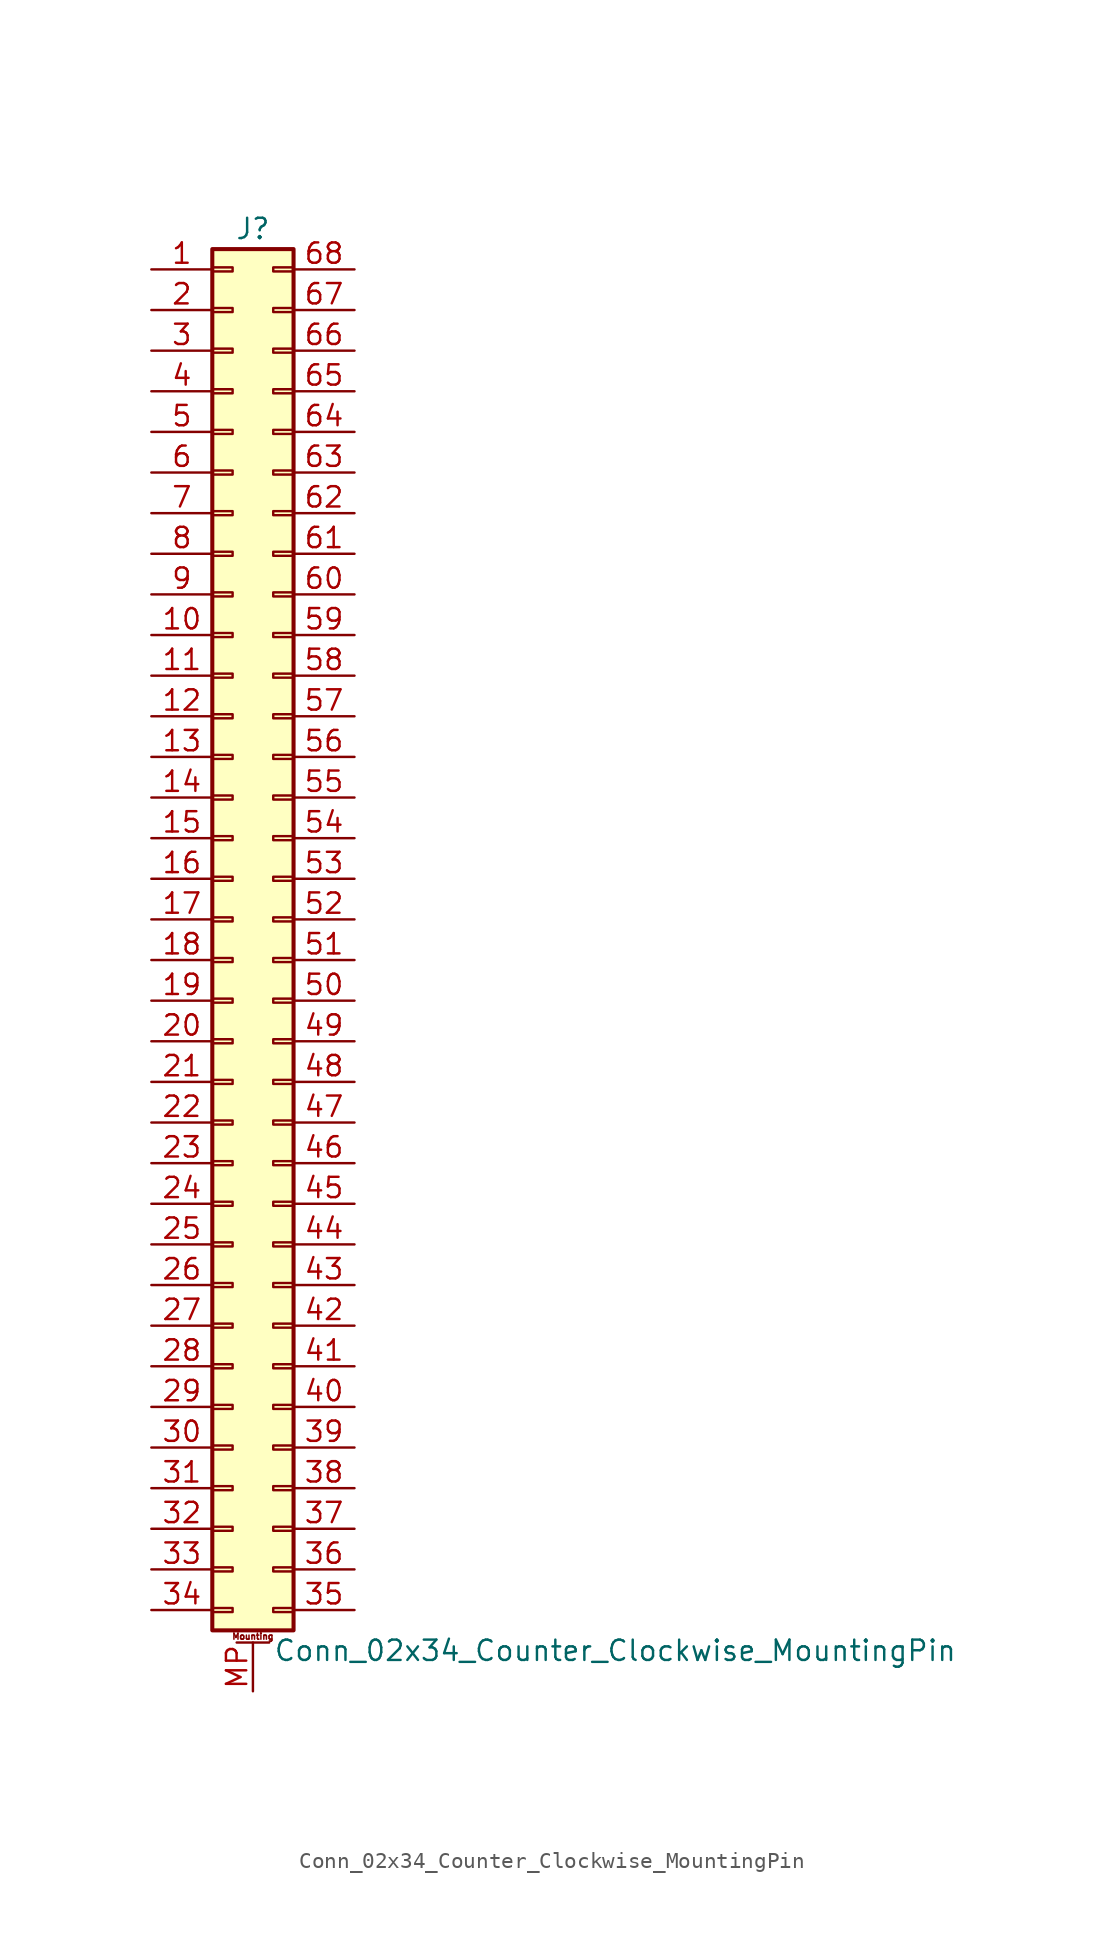
<source format=kicad_sym>
(kicad_symbol_lib
  (version 20201005)
  (generator kicad_symbol_editor)
  (symbol "Conn_02x34_Counter_Clockwise_MountingPin"
    (pin_names
      (offset 1.016) hide)
    (property "Reference" "J"
      (at 1.27 43.18 0)
      (effects (font (size 1.27 1.27))))
    (property "Value" "Conn_02x34_Counter_Clockwise_MountingPin"
      (at 2.54 -45.72 0)
      (effects (font (size 1.27 1.27)) (justify left)))
    (symbol "Conn_02x34_Counter_Clockwise_MountingPin_1_1"
      (text "Mounting" (at 1.27 -44.831 0) (effects (font (size 0.381 0.381))))
      (rectangle (start -1.27 -43.053) (end 0 -43.307) (stroke (width 0.152)) (fill (type none)))
      (rectangle (start -1.27 -40.513) (end 0 -40.767) (stroke (width 0.152)) (fill (type none)))
      (rectangle (start -1.27 -37.973) (end 0 -38.227) (stroke (width 0.152)) (fill (type none)))
      (rectangle (start -1.27 -35.433) (end 0 -35.687) (stroke (width 0.152)) (fill (type none)))
      (rectangle (start -1.27 -32.893) (end 0 -33.147) (stroke (width 0.152)) (fill (type none)))
      (rectangle (start -1.27 -30.353) (end 0 -30.607) (stroke (width 0.152)) (fill (type none)))
      (rectangle (start -1.27 -27.813) (end 0 -28.067) (stroke (width 0.152)) (fill (type none)))
      (rectangle (start -1.27 -25.273) (end 0 -25.527) (stroke (width 0.152)) (fill (type none)))
      (rectangle (start -1.27 -22.733) (end 0 -22.987) (stroke (width 0.152)) (fill (type none)))
      (rectangle (start -1.27 -20.193) (end 0 -20.447) (stroke (width 0.152)) (fill (type none)))
      (rectangle (start -1.27 -17.653) (end 0 -17.907) (stroke (width 0.152)) (fill (type none)))
      (rectangle (start -1.27 -15.113) (end 0 -15.367) (stroke (width 0.152)) (fill (type none)))
      (rectangle (start -1.27 -12.573) (end 0 -12.827) (stroke (width 0.152)) (fill (type none)))
      (rectangle (start -1.27 -10.033) (end 0 -10.287) (stroke (width 0.152)) (fill (type none)))
      (rectangle (start -1.27 -7.493) (end 0 -7.747) (stroke (width 0.152)) (fill (type none)))
      (rectangle (start -1.27 -4.953) (end 0 -5.207) (stroke (width 0.152)) (fill (type none)))
      (rectangle (start -1.27 -2.413) (end 0 -2.667) (stroke (width 0.152)) (fill (type none)))
      (rectangle (start -1.27 0.127) (end 0 -0.127) (stroke (width 0.152)) (fill (type none)))
      (rectangle (start -1.27 2.667) (end 0 2.413) (stroke (width 0.152)) (fill (type none)))
      (rectangle (start -1.27 5.207) (end 0 4.953) (stroke (width 0.152)) (fill (type none)))
      (rectangle (start -1.27 7.747) (end 0 7.493) (stroke (width 0.152)) (fill (type none)))
      (rectangle (start -1.27 10.287) (end 0 10.033) (stroke (width 0.152)) (fill (type none)))
      (rectangle (start -1.27 12.827) (end 0 12.573) (stroke (width 0.152)) (fill (type none)))
      (rectangle (start -1.27 15.367) (end 0 15.113) (stroke (width 0.152)) (fill (type none)))
      (rectangle (start -1.27 17.907) (end 0 17.653) (stroke (width 0.152)) (fill (type none)))
      (rectangle (start -1.27 20.447) (end 0 20.193) (stroke (width 0.152)) (fill (type none)))
      (rectangle (start -1.27 22.987) (end 0 22.733) (stroke (width 0.152)) (fill (type none)))
      (rectangle (start -1.27 25.527) (end 0 25.273) (stroke (width 0.152)) (fill (type none)))
      (rectangle (start -1.27 28.067) (end 0 27.813) (stroke (width 0.152)) (fill (type none)))
      (rectangle (start -1.27 30.607) (end 0 30.353) (stroke (width 0.152)) (fill (type none)))
      (rectangle (start -1.27 33.147) (end 0 32.893) (stroke (width 0.152)) (fill (type none)))
      (rectangle (start -1.27 35.687) (end 0 35.433) (stroke (width 0.152)) (fill (type none)))
      (rectangle (start -1.27 38.227) (end 0 37.973) (stroke (width 0.152)) (fill (type none)))
      (rectangle (start -1.27 40.767) (end 0 40.513) (stroke (width 0.152)) (fill (type none)))
      (rectangle (start -1.27 41.91) (end 3.81 -44.45) (stroke (width 0.254)) (fill (type background)))
      (rectangle (start 3.81 -43.053) (end 2.54 -43.307) (stroke (width 0.152)) (fill (type none)))
      (rectangle (start 3.81 -40.513) (end 2.54 -40.767) (stroke (width 0.152)) (fill (type none)))
      (rectangle (start 3.81 -37.973) (end 2.54 -38.227) (stroke (width 0.152)) (fill (type none)))
      (rectangle (start 3.81 -35.433) (end 2.54 -35.687) (stroke (width 0.152)) (fill (type none)))
      (rectangle (start 3.81 -32.893) (end 2.54 -33.147) (stroke (width 0.152)) (fill (type none)))
      (rectangle (start 3.81 -30.353) (end 2.54 -30.607) (stroke (width 0.152)) (fill (type none)))
      (rectangle (start 3.81 -27.813) (end 2.54 -28.067) (stroke (width 0.152)) (fill (type none)))
      (rectangle (start 3.81 -25.273) (end 2.54 -25.527) (stroke (width 0.152)) (fill (type none)))
      (rectangle (start 3.81 -22.733) (end 2.54 -22.987) (stroke (width 0.152)) (fill (type none)))
      (rectangle (start 3.81 -20.193) (end 2.54 -20.447) (stroke (width 0.152)) (fill (type none)))
      (rectangle (start 3.81 -17.653) (end 2.54 -17.907) (stroke (width 0.152)) (fill (type none)))
      (rectangle (start 3.81 -15.113) (end 2.54 -15.367) (stroke (width 0.152)) (fill (type none)))
      (rectangle (start 3.81 -12.573) (end 2.54 -12.827) (stroke (width 0.152)) (fill (type none)))
      (rectangle (start 3.81 -10.033) (end 2.54 -10.287) (stroke (width 0.152)) (fill (type none)))
      (rectangle (start 3.81 -7.493) (end 2.54 -7.747) (stroke (width 0.152)) (fill (type none)))
      (rectangle (start 3.81 -4.953) (end 2.54 -5.207) (stroke (width 0.152)) (fill (type none)))
      (rectangle (start 3.81 -2.413) (end 2.54 -2.667) (stroke (width 0.152)) (fill (type none)))
      (rectangle (start 3.81 0.127) (end 2.54 -0.127) (stroke (width 0.152)) (fill (type none)))
      (rectangle (start 3.81 2.667) (end 2.54 2.413) (stroke (width 0.152)) (fill (type none)))
      (rectangle (start 3.81 5.207) (end 2.54 4.953) (stroke (width 0.152)) (fill (type none)))
      (rectangle (start 3.81 7.747) (end 2.54 7.493) (stroke (width 0.152)) (fill (type none)))
      (rectangle (start 3.81 10.287) (end 2.54 10.033) (stroke (width 0.152)) (fill (type none)))
      (rectangle (start 3.81 12.827) (end 2.54 12.573) (stroke (width 0.152)) (fill (type none)))
      (rectangle (start 3.81 15.367) (end 2.54 15.113) (stroke (width 0.152)) (fill (type none)))
      (rectangle (start 3.81 17.907) (end 2.54 17.653) (stroke (width 0.152)) (fill (type none)))
      (rectangle (start 3.81 20.447) (end 2.54 20.193) (stroke (width 0.152)) (fill (type none)))
      (rectangle (start 3.81 22.987) (end 2.54 22.733) (stroke (width 0.152)) (fill (type none)))
      (rectangle (start 3.81 25.527) (end 2.54 25.273) (stroke (width 0.152)) (fill (type none)))
      (rectangle (start 3.81 28.067) (end 2.54 27.813) (stroke (width 0.152)) (fill (type none)))
      (rectangle (start 3.81 30.607) (end 2.54 30.353) (stroke (width 0.152)) (fill (type none)))
      (rectangle (start 3.81 33.147) (end 2.54 32.893) (stroke (width 0.152)) (fill (type none)))
      (rectangle (start 3.81 35.687) (end 2.54 35.433) (stroke (width 0.152)) (fill (type none)))
      (rectangle (start 3.81 38.227) (end 2.54 37.973) (stroke (width 0.152)) (fill (type none)))
      (rectangle (start 3.81 40.767) (end 2.54 40.513) (stroke (width 0.152)) (fill (type none)))
      (polyline (pts (xy 0.254 -45.212) (xy 2.286 -45.212)) (stroke (width 0.152)) (fill (type none)))
      (pin passive line (at -5.08 40.64 0) (length 3.81) (name "Pin_1" (effects (font (size 1.27 1.27)))) (number "1" (effects (font (size 1.27 1.27)))))
      (pin passive line (at -5.08 17.78 0) (length 3.81) (name "Pin_10" (effects (font (size 1.27 1.27)))) (number "10" (effects (font (size 1.27 1.27)))))
      (pin passive line (at -5.08 15.24 0) (length 3.81) (name "Pin_11" (effects (font (size 1.27 1.27)))) (number "11" (effects (font (size 1.27 1.27)))))
      (pin passive line (at -5.08 12.7 0) (length 3.81) (name "Pin_12" (effects (font (size 1.27 1.27)))) (number "12" (effects (font (size 1.27 1.27)))))
      (pin passive line (at -5.08 10.16 0) (length 3.81) (name "Pin_13" (effects (font (size 1.27 1.27)))) (number "13" (effects (font (size 1.27 1.27)))))
      (pin passive line (at -5.08 7.62 0) (length 3.81) (name "Pin_14" (effects (font (size 1.27 1.27)))) (number "14" (effects (font (size 1.27 1.27)))))
      (pin passive line (at -5.08 5.08 0) (length 3.81) (name "Pin_15" (effects (font (size 1.27 1.27)))) (number "15" (effects (font (size 1.27 1.27)))))
      (pin passive line (at -5.08 2.54 0) (length 3.81) (name "Pin_16" (effects (font (size 1.27 1.27)))) (number "16" (effects (font (size 1.27 1.27)))))
      (pin passive line (at -5.08 0 0) (length 3.81) (name "Pin_17" (effects (font (size 1.27 1.27)))) (number "17" (effects (font (size 1.27 1.27)))))
      (pin passive line (at -5.08 -2.54 0) (length 3.81) (name "Pin_18" (effects (font (size 1.27 1.27)))) (number "18" (effects (font (size 1.27 1.27)))))
      (pin passive line (at -5.08 -5.08 0) (length 3.81) (name "Pin_19" (effects (font (size 1.27 1.27)))) (number "19" (effects (font (size 1.27 1.27)))))
      (pin passive line (at -5.08 38.1 0) (length 3.81) (name "Pin_2" (effects (font (size 1.27 1.27)))) (number "2" (effects (font (size 1.27 1.27)))))
      (pin passive line (at -5.08 -7.62 0) (length 3.81) (name "Pin_20" (effects (font (size 1.27 1.27)))) (number "20" (effects (font (size 1.27 1.27)))))
      (pin passive line (at -5.08 -10.16 0) (length 3.81) (name "Pin_21" (effects (font (size 1.27 1.27)))) (number "21" (effects (font (size 1.27 1.27)))))
      (pin passive line (at -5.08 -12.7 0) (length 3.81) (name "Pin_22" (effects (font (size 1.27 1.27)))) (number "22" (effects (font (size 1.27 1.27)))))
      (pin passive line (at -5.08 -15.24 0) (length 3.81) (name "Pin_23" (effects (font (size 1.27 1.27)))) (number "23" (effects (font (size 1.27 1.27)))))
      (pin passive line (at -5.08 -17.78 0) (length 3.81) (name "Pin_24" (effects (font (size 1.27 1.27)))) (number "24" (effects (font (size 1.27 1.27)))))
      (pin passive line (at -5.08 -20.32 0) (length 3.81) (name "Pin_25" (effects (font (size 1.27 1.27)))) (number "25" (effects (font (size 1.27 1.27)))))
      (pin passive line (at -5.08 -22.86 0) (length 3.81) (name "Pin_26" (effects (font (size 1.27 1.27)))) (number "26" (effects (font (size 1.27 1.27)))))
      (pin passive line (at -5.08 -25.4 0) (length 3.81) (name "Pin_27" (effects (font (size 1.27 1.27)))) (number "27" (effects (font (size 1.27 1.27)))))
      (pin passive line (at -5.08 -27.94 0) (length 3.81) (name "Pin_28" (effects (font (size 1.27 1.27)))) (number "28" (effects (font (size 1.27 1.27)))))
      (pin passive line (at -5.08 -30.48 0) (length 3.81) (name "Pin_29" (effects (font (size 1.27 1.27)))) (number "29" (effects (font (size 1.27 1.27)))))
      (pin passive line (at -5.08 35.56 0) (length 3.81) (name "Pin_3" (effects (font (size 1.27 1.27)))) (number "3" (effects (font (size 1.27 1.27)))))
      (pin passive line (at -5.08 -33.02 0) (length 3.81) (name "Pin_30" (effects (font (size 1.27 1.27)))) (number "30" (effects (font (size 1.27 1.27)))))
      (pin passive line (at -5.08 -35.56 0) (length 3.81) (name "Pin_31" (effects (font (size 1.27 1.27)))) (number "31" (effects (font (size 1.27 1.27)))))
      (pin passive line (at -5.08 -38.1 0) (length 3.81) (name "Pin_32" (effects (font (size 1.27 1.27)))) (number "32" (effects (font (size 1.27 1.27)))))
      (pin passive line (at -5.08 -40.64 0) (length 3.81) (name "Pin_33" (effects (font (size 1.27 1.27)))) (number "33" (effects (font (size 1.27 1.27)))))
      (pin passive line (at -5.08 -43.18 0) (length 3.81) (name "Pin_34" (effects (font (size 1.27 1.27)))) (number "34" (effects (font (size 1.27 1.27)))))
      (pin passive line (at 7.62 -43.18 180) (length 3.81) (name "Pin_35" (effects (font (size 1.27 1.27)))) (number "35" (effects (font (size 1.27 1.27)))))
      (pin passive line (at 7.62 -40.64 180) (length 3.81) (name "Pin_36" (effects (font (size 1.27 1.27)))) (number "36" (effects (font (size 1.27 1.27)))))
      (pin passive line (at 7.62 -38.1 180) (length 3.81) (name "Pin_37" (effects (font (size 1.27 1.27)))) (number "37" (effects (font (size 1.27 1.27)))))
      (pin passive line (at 7.62 -35.56 180) (length 3.81) (name "Pin_38" (effects (font (size 1.27 1.27)))) (number "38" (effects (font (size 1.27 1.27)))))
      (pin passive line (at 7.62 -33.02 180) (length 3.81) (name "Pin_39" (effects (font (size 1.27 1.27)))) (number "39" (effects (font (size 1.27 1.27)))))
      (pin passive line (at -5.08 33.02 0) (length 3.81) (name "Pin_4" (effects (font (size 1.27 1.27)))) (number "4" (effects (font (size 1.27 1.27)))))
      (pin passive line (at 7.62 -30.48 180) (length 3.81) (name "Pin_40" (effects (font (size 1.27 1.27)))) (number "40" (effects (font (size 1.27 1.27)))))
      (pin passive line (at 7.62 -27.94 180) (length 3.81) (name "Pin_41" (effects (font (size 1.27 1.27)))) (number "41" (effects (font (size 1.27 1.27)))))
      (pin passive line (at 7.62 -25.4 180) (length 3.81) (name "Pin_42" (effects (font (size 1.27 1.27)))) (number "42" (effects (font (size 1.27 1.27)))))
      (pin passive line (at 7.62 -22.86 180) (length 3.81) (name "Pin_43" (effects (font (size 1.27 1.27)))) (number "43" (effects (font (size 1.27 1.27)))))
      (pin passive line (at 7.62 -20.32 180) (length 3.81) (name "Pin_44" (effects (font (size 1.27 1.27)))) (number "44" (effects (font (size 1.27 1.27)))))
      (pin passive line (at 7.62 -17.78 180) (length 3.81) (name "Pin_45" (effects (font (size 1.27 1.27)))) (number "45" (effects (font (size 1.27 1.27)))))
      (pin passive line (at 7.62 -15.24 180) (length 3.81) (name "Pin_46" (effects (font (size 1.27 1.27)))) (number "46" (effects (font (size 1.27 1.27)))))
      (pin passive line (at 7.62 -12.7 180) (length 3.81) (name "Pin_47" (effects (font (size 1.27 1.27)))) (number "47" (effects (font (size 1.27 1.27)))))
      (pin passive line (at 7.62 -10.16 180) (length 3.81) (name "Pin_48" (effects (font (size 1.27 1.27)))) (number "48" (effects (font (size 1.27 1.27)))))
      (pin passive line (at 7.62 -7.62 180) (length 3.81) (name "Pin_49" (effects (font (size 1.27 1.27)))) (number "49" (effects (font (size 1.27 1.27)))))
      (pin passive line (at -5.08 30.48 0) (length 3.81) (name "Pin_5" (effects (font (size 1.27 1.27)))) (number "5" (effects (font (size 1.27 1.27)))))
      (pin passive line (at 7.62 -5.08 180) (length 3.81) (name "Pin_50" (effects (font (size 1.27 1.27)))) (number "50" (effects (font (size 1.27 1.27)))))
      (pin passive line (at 7.62 -2.54 180) (length 3.81) (name "Pin_51" (effects (font (size 1.27 1.27)))) (number "51" (effects (font (size 1.27 1.27)))))
      (pin passive line (at 7.62 0 180) (length 3.81) (name "Pin_52" (effects (font (size 1.27 1.27)))) (number "52" (effects (font (size 1.27 1.27)))))
      (pin passive line (at 7.62 2.54 180) (length 3.81) (name "Pin_53" (effects (font (size 1.27 1.27)))) (number "53" (effects (font (size 1.27 1.27)))))
      (pin passive line (at 7.62 5.08 180) (length 3.81) (name "Pin_54" (effects (font (size 1.27 1.27)))) (number "54" (effects (font (size 1.27 1.27)))))
      (pin passive line (at 7.62 7.62 180) (length 3.81) (name "Pin_55" (effects (font (size 1.27 1.27)))) (number "55" (effects (font (size 1.27 1.27)))))
      (pin passive line (at 7.62 10.16 180) (length 3.81) (name "Pin_56" (effects (font (size 1.27 1.27)))) (number "56" (effects (font (size 1.27 1.27)))))
      (pin passive line (at 7.62 12.7 180) (length 3.81) (name "Pin_57" (effects (font (size 1.27 1.27)))) (number "57" (effects (font (size 1.27 1.27)))))
      (pin passive line (at 7.62 15.24 180) (length 3.81) (name "Pin_58" (effects (font (size 1.27 1.27)))) (number "58" (effects (font (size 1.27 1.27)))))
      (pin passive line (at 7.62 17.78 180) (length 3.81) (name "Pin_59" (effects (font (size 1.27 1.27)))) (number "59" (effects (font (size 1.27 1.27)))))
      (pin passive line (at -5.08 27.94 0) (length 3.81) (name "Pin_6" (effects (font (size 1.27 1.27)))) (number "6" (effects (font (size 1.27 1.27)))))
      (pin passive line (at 7.62 20.32 180) (length 3.81) (name "Pin_60" (effects (font (size 1.27 1.27)))) (number "60" (effects (font (size 1.27 1.27)))))
      (pin passive line (at 7.62 22.86 180) (length 3.81) (name "Pin_61" (effects (font (size 1.27 1.27)))) (number "61" (effects (font (size 1.27 1.27)))))
      (pin passive line (at 7.62 25.4 180) (length 3.81) (name "Pin_62" (effects (font (size 1.27 1.27)))) (number "62" (effects (font (size 1.27 1.27)))))
      (pin passive line (at 7.62 27.94 180) (length 3.81) (name "Pin_63" (effects (font (size 1.27 1.27)))) (number "63" (effects (font (size 1.27 1.27)))))
      (pin passive line (at 7.62 30.48 180) (length 3.81) (name "Pin_64" (effects (font (size 1.27 1.27)))) (number "64" (effects (font (size 1.27 1.27)))))
      (pin passive line (at 7.62 33.02 180) (length 3.81) (name "Pin_65" (effects (font (size 1.27 1.27)))) (number "65" (effects (font (size 1.27 1.27)))))
      (pin passive line (at 7.62 35.56 180) (length 3.81) (name "Pin_66" (effects (font (size 1.27 1.27)))) (number "66" (effects (font (size 1.27 1.27)))))
      (pin passive line (at 7.62 38.1 180) (length 3.81) (name "Pin_67" (effects (font (size 1.27 1.27)))) (number "67" (effects (font (size 1.27 1.27)))))
      (pin passive line (at 7.62 40.64 180) (length 3.81) (name "Pin_68" (effects (font (size 1.27 1.27)))) (number "68" (effects (font (size 1.27 1.27)))))
      (pin passive line (at -5.08 25.4 0) (length 3.81) (name "Pin_7" (effects (font (size 1.27 1.27)))) (number "7" (effects (font (size 1.27 1.27)))))
      (pin passive line (at -5.08 22.86 0) (length 3.81) (name "Pin_8" (effects (font (size 1.27 1.27)))) (number "8" (effects (font (size 1.27 1.27)))))
      (pin passive line (at -5.08 20.32 0) (length 3.81) (name "Pin_9" (effects (font (size 1.27 1.27)))) (number "9" (effects (font (size 1.27 1.27)))))
      (pin passive line (at 1.27 -48.26 90) (length 3.048) (name "MountPin" (effects (font (size 1.27 1.27)))) (number "MP" (effects (font (size 1.27 1.27))))))))
</source>
